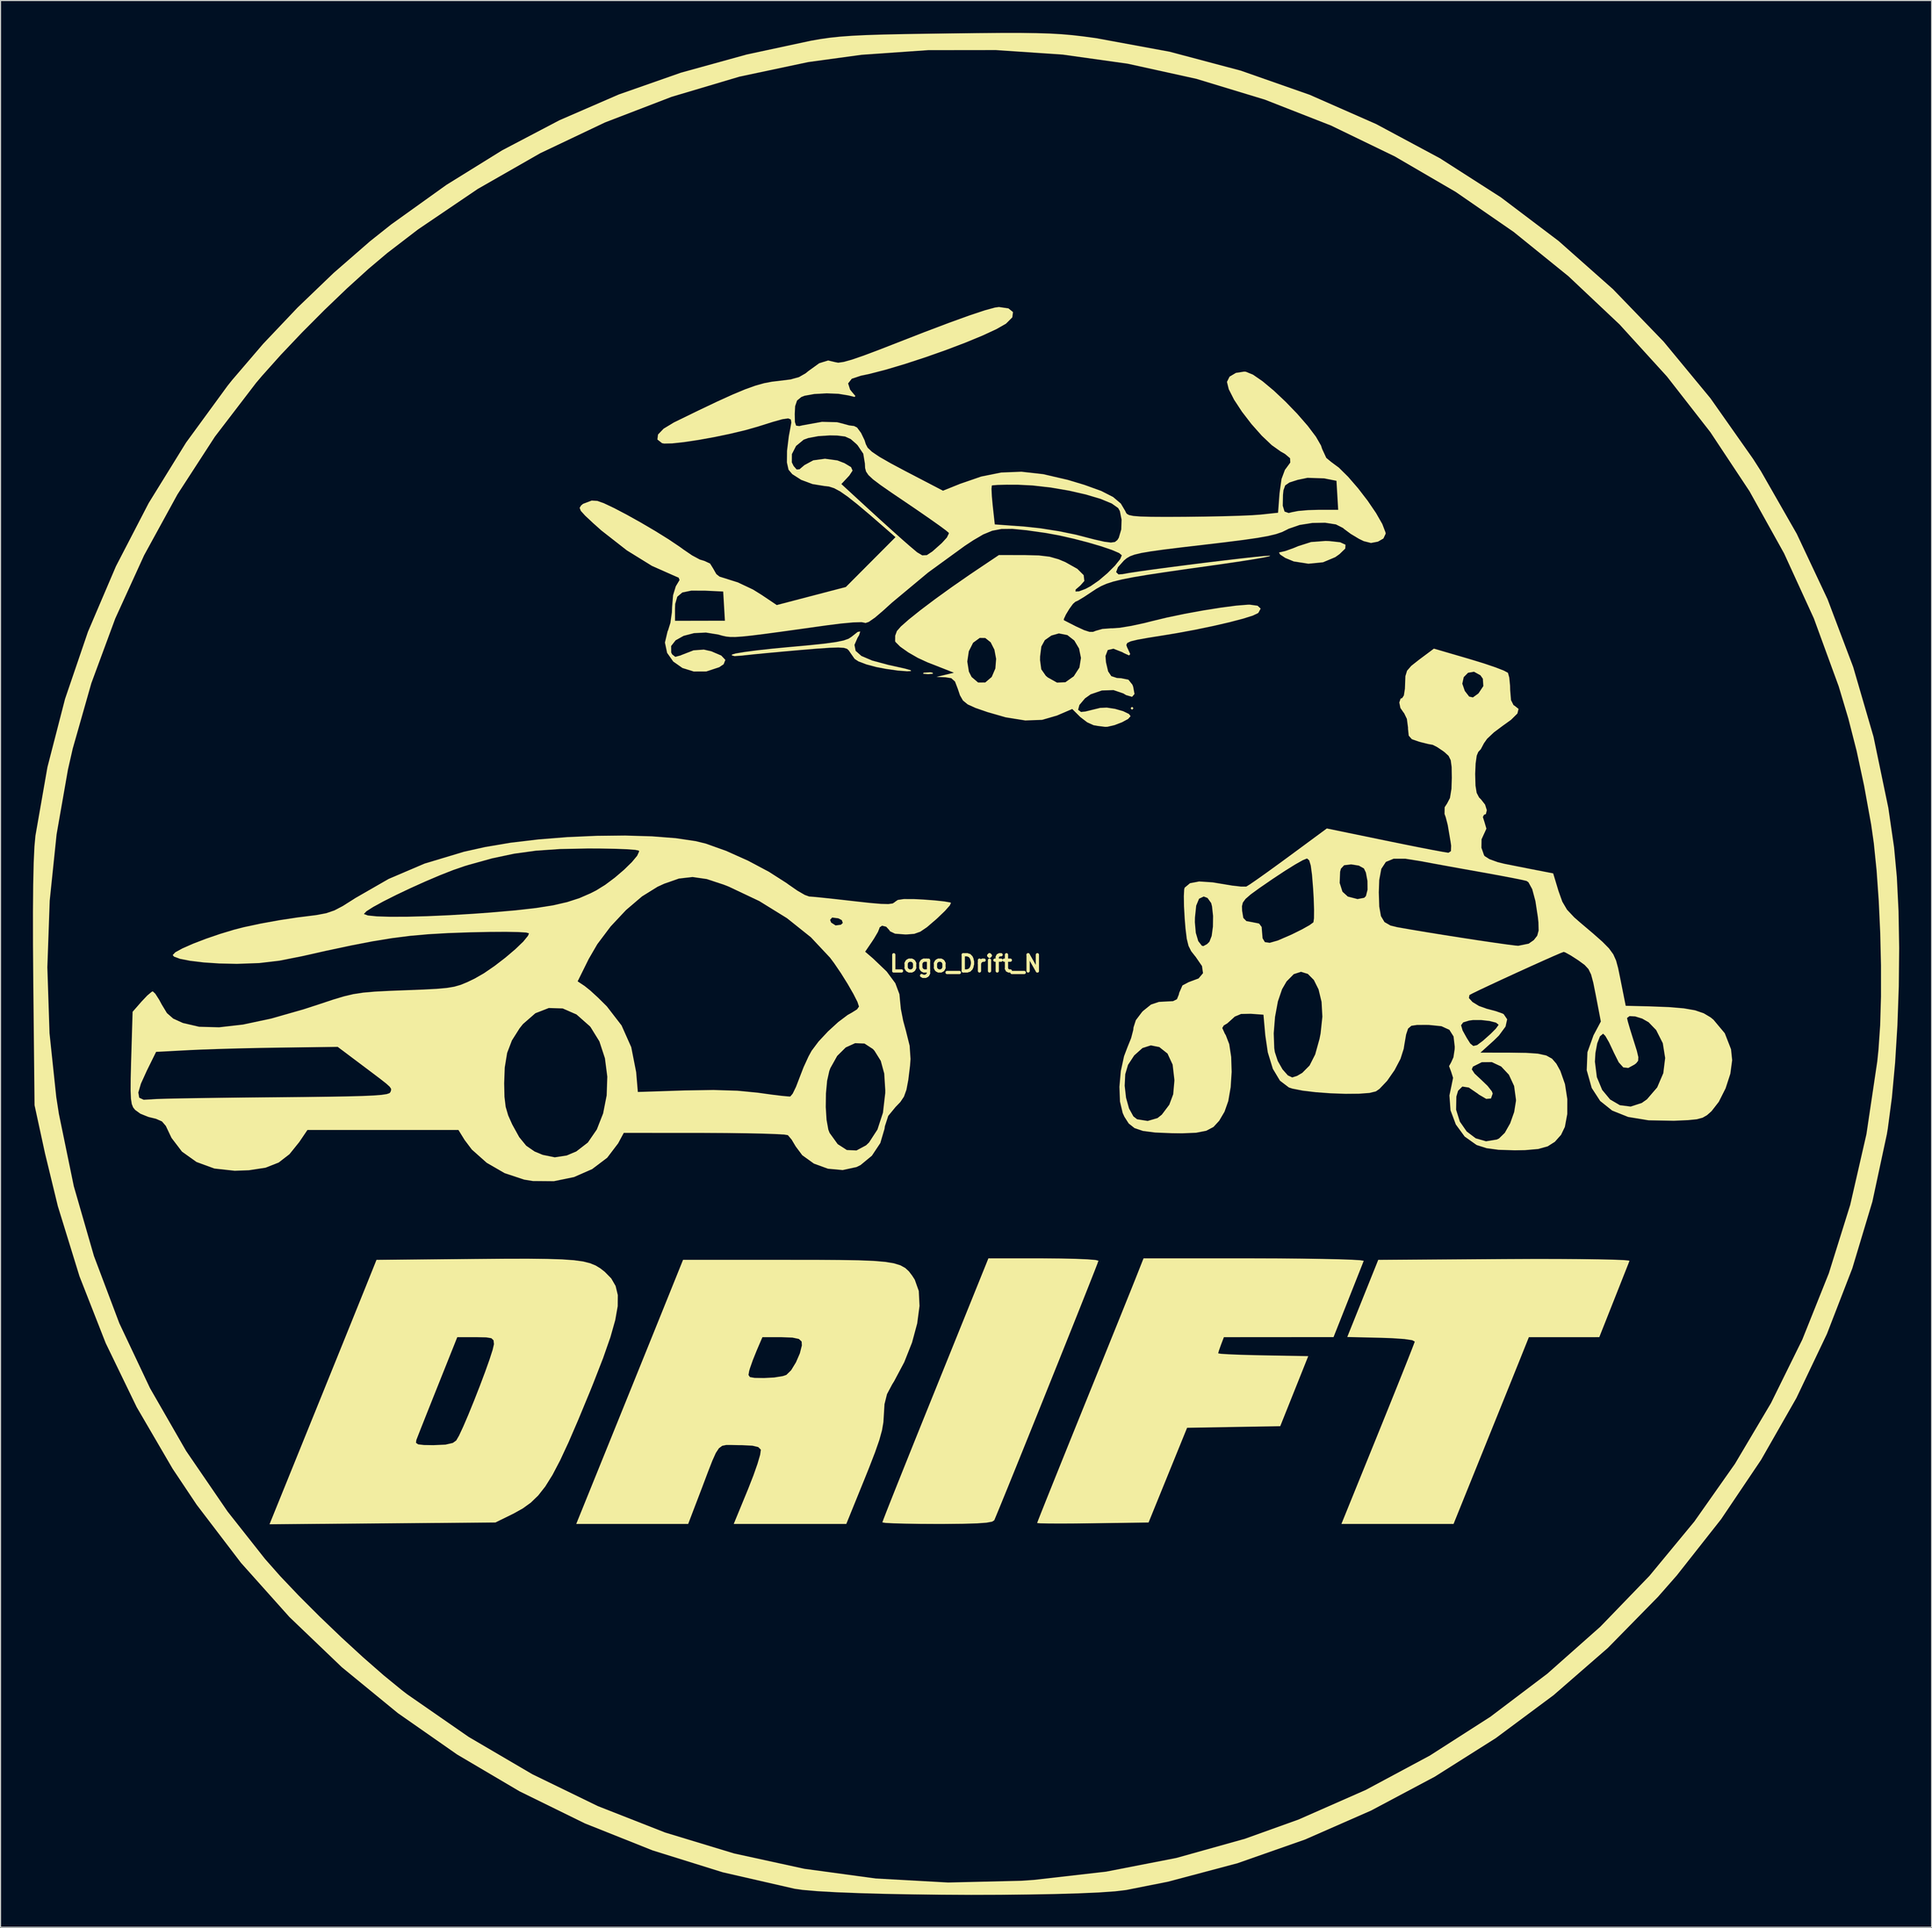
<source format=kicad_pcb>
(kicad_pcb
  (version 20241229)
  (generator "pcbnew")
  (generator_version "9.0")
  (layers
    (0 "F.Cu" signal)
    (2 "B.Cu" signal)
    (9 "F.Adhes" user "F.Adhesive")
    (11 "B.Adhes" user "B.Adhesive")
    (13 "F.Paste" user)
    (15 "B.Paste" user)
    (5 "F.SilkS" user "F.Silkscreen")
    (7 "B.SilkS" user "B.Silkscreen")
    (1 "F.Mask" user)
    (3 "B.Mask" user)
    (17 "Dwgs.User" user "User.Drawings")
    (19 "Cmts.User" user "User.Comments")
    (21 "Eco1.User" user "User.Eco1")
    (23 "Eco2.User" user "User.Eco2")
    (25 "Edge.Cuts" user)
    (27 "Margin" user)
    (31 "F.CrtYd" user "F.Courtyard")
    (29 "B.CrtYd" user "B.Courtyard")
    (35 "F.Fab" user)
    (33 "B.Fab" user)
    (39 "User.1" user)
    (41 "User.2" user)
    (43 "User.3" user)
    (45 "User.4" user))
  (footprint "Logo_Drift_N"
    (layer "F.Cu")
    (at 86.294 86.173)
    (property "Reference" "Logo_Drift_N" (at 0 0 0) (layer "F.SilkS") (effects (font (size 1.5 1.5) (thickness 0.3))))
    (attr board_only exclude_from_pos_files exclude_from_bom)
    (fp_poly (pts (xy 15.537 -23.644) (xy 15.402 -23.509) (xy 15.267 -23.644) (xy 15.402 -23.779)) (stroke (width 0) (type solid)) (fill yes) (layer "F.SilkS"))
    (fp_poly (pts (xy -3.035 -26.928) (xy -3.026 -26.84) (xy -3.449 -26.803) (xy -3.513 -26.804) (xy -3.932 -26.843) (xy -3.892 -26.925) (xy -3.845 -26.938) (xy -3.257 -26.978)) (stroke (width 0) (type solid)) (fill yes) (layer "F.SilkS"))
    (fp_poly (pts (xy 33.642 -39.124) (xy 34.66 -39.012) (xy 35.153 -38.787) (xy 35.129 -38.427) (xy 34.596 -37.913) (xy 34.208 -37.637) (xy 33.07 -37.159) (xy 31.72 -37.026) (xy 30.363 -37.239) (xy 29.588 -37.56) (xy 29.104 -37.877) (xy 28.998 -38.066) (xy 29.081 -38.089) (xy 29.575 -38.2) (xy 30.336 -38.471) (xy 30.765 -38.651) (xy 31.964 -39.035) (xy 33.301 -39.135)) (stroke (width 0) (type solid)) (fill yes) (layer "F.SilkS"))
    (fp_poly (pts (xy 54.743 27.347) (xy 56.807 27.359) (xy 58.551 27.38) (xy 59.927 27.411) (xy 60.884 27.45) (xy 61.374 27.497) (xy 61.429 27.523) (xy 61.301 27.85) (xy 61.013 28.579) (xy 60.605 29.611) (xy 60.117 30.846) (xy 59.987 31.173) (xy 58.636 34.586) (xy 55.378 34.587) (xy 52.12 34.587) (xy 51.444 36.276) (xy 51.162 36.98) (xy 50.711 38.099) (xy 50.128 39.548) (xy 49.446 41.239) (xy 48.7 43.088) (xy 47.96 44.923) (xy 45.151 51.881) (xy 39.963 51.881) (xy 34.775 51.881) (xy 38.144 43.572) (xy 38.952 41.574) (xy 39.693 39.733) (xy 40.344 38.109) (xy 40.88 36.763) (xy 41.276 35.755) (xy 41.51 35.147) (xy 41.563 34.993) (xy 41.328 34.868) (xy 40.617 34.762) (xy 39.494 34.683) (xy 38.464 34.646) (xy 35.316 34.571) (xy 36.749 30.999) (xy 38.183 27.427) (xy 49.852 27.356) (xy 52.408 27.346)) (stroke (width 0) (type solid)) (fill yes) (layer "F.SilkS"))
    (fp_poly (pts (xy -9.851 -30.41) (xy -9.998 -30.167) (xy -10.282 -29.512) (xy -10.174 -28.961) (xy -9.639 -28.486) (xy -8.643 -28.062) (xy -7.151 -27.66) (xy -6.639 -27.548) (xy -5.604 -27.317) (xy -5.08 -27.166) (xy -5.044 -27.086) (xy -5.404 -27.067) (xy -6.259 -27.132) (xy -7.365 -27.289) (xy -8.241 -27.456) (xy -9.183 -27.706) (xy -9.917 -27.986) (xy -10.268 -28.217) (xy -10.668 -28.791) (xy -10.809 -28.998) (xy -10.969 -29.147) (xy -11.263 -29.237) (xy -11.774 -29.27) (xy -12.582 -29.244) (xy -13.772 -29.162) (xy -15.267 -29.038) (xy -16.823 -28.9) (xy -18.287 -28.765) (xy -19.528 -28.644) (xy -20.417 -28.55) (xy -20.66 -28.521) (xy -21.375 -28.47) (xy -21.643 -28.547) (xy -21.606 -28.619) (xy -21.267 -28.72) (xy -20.477 -28.852) (xy -19.324 -29.003) (xy -17.898 -29.161) (xy -16.286 -29.315) (xy -16.213 -29.321) (xy -14.361 -29.491) (xy -12.973 -29.639) (xy -11.972 -29.778) (xy -11.284 -29.921) (xy -10.832 -30.081) (xy -10.541 -30.27) (xy -10.521 -30.288) (xy -9.983 -30.715) (xy -9.746 -30.753)) (stroke (width 0) (type solid)) (fill yes) (layer "F.SilkS"))
    (fp_poly (pts (xy 8.794 27.303) (xy 10.182 27.333) (xy 11.284 27.38) (xy 12.016 27.439) (xy 12.294 27.508) (xy 12.295 27.511) (xy 12.197 27.782) (xy 11.921 28.494) (xy 11.49 29.589) (xy 10.928 31.007) (xy 10.259 32.689) (xy 9.506 34.575) (xy 8.693 36.606) (xy 7.844 38.722) (xy 6.984 40.866) (xy 6.135 42.976) (xy 5.321 44.994) (xy 4.567 46.86) (xy 3.896 48.515) (xy 3.332 49.9) (xy 2.898 50.955) (xy 2.653 51.543) (xy 2.453 51.669) (xy 1.941 51.763) (xy 1.064 51.827) (xy -0.232 51.865) (xy -1.999 51.88) (xy -2.596 51.881) (xy -4.19 51.874) (xy -5.581 51.853) (xy -6.685 51.822) (xy -7.419 51.783) (xy -7.7 51.737) (xy -7.701 51.735) (xy -7.603 51.462) (xy -7.323 50.739) (xy -6.88 49.617) (xy -6.296 48.149) (xy -5.59 46.384) (xy -4.784 44.374) (xy -3.897 42.17) (xy -3.204 40.453) (xy -2.254 38.1) (xy -1.353 35.87) (xy -0.526 33.821) (xy 0.206 32.009) (xy 0.819 30.49) (xy 1.291 29.321) (xy 1.598 28.559) (xy 1.701 28.305) (xy 2.109 27.291) (xy 7.202 27.291)) (stroke (width 0) (type solid)) (fill yes) (layer "F.SilkS"))
    (fp_poly (pts (xy 28.984 27.297) (xy 31.088 27.314) (xy 32.952 27.34) (xy 34.516 27.375) (xy 35.724 27.416) (xy 36.516 27.463) (xy 36.836 27.514) (xy 36.839 27.522) (xy 36.711 27.846) (xy 36.424 28.573) (xy 36.016 29.603) (xy 35.528 30.837) (xy 35.398 31.167) (xy 34.047 34.581) (xy 28.974 34.584) (xy 23.9 34.587) (xy 23.637 35.28) (xy 23.443 35.826) (xy 23.373 36.084) (xy 23.628 36.127) (xy 24.331 36.172) (xy 25.391 36.215) (xy 26.714 36.252) (xy 27.54 36.269) (xy 31.706 36.344) (xy 30.411 39.586) (xy 29.115 42.829) (xy 24.805 42.903) (xy 20.496 42.977) (xy 18.714 47.361) (xy 16.932 51.746) (xy 11.776 51.819) (xy 10.174 51.837) (xy 8.775 51.843) (xy 7.661 51.838) (xy 6.916 51.823) (xy 6.622 51.797) (xy 6.62 51.794) (xy 6.718 51.531) (xy 6.998 50.82) (xy 7.439 49.713) (xy 8.02 48.264) (xy 8.719 46.524) (xy 9.515 44.548) (xy 10.388 42.387) (xy 10.82 41.318) (xy 11.756 39.005) (xy 12.655 36.782) (xy 13.49 34.713) (xy 14.237 32.863) (xy 14.867 31.297) (xy 15.357 30.081) (xy 15.678 29.279) (xy 15.743 29.115) (xy 16.465 27.291) (xy 26.697 27.291)) (stroke (width 0) (type solid)) (fill yes) (layer "F.SilkS"))
    (fp_poly (pts (xy -38.725 27.34) (xy -37.324 27.385) (xy -36.232 27.463) (xy -35.391 27.579) (xy -34.742 27.741) (xy -34.228 27.952) (xy -33.79 28.22) (xy -33.389 28.534) (xy -32.787 29.147) (xy -32.382 29.846) (xy -32.18 30.685) (xy -32.189 31.72) (xy -32.415 33.004) (xy -32.864 34.591) (xy -33.544 36.535) (xy -34.461 38.891) (xy -34.765 39.643) (xy -35.819 42.193) (xy -36.724 44.291) (xy -37.514 45.991) (xy -38.225 47.347) (xy -38.892 48.416) (xy -39.549 49.252) (xy -40.231 49.91) (xy -40.974 50.446) (xy -41.812 50.914) (xy -41.957 50.986) (xy -43.504 51.746) (xy -53.955 51.828) (xy -64.406 51.91) (xy -61.351 44.367) (xy -50.855 44.367) (xy -50.655 44.51) (xy -50.115 44.572) (xy -49.241 44.585) (xy -48.129 44.537) (xy -47.445 44.379) (xy -47.129 44.152) (xy -46.872 43.706) (xy -46.481 42.868) (xy -46.001 41.747) (xy -45.475 40.454) (xy -44.944 39.098) (xy -44.452 37.789) (xy -44.043 36.637) (xy -43.758 35.751) (xy -43.64 35.241) (xy -43.639 35.218) (xy -43.678 34.874) (xy -43.876 34.685) (xy -44.357 34.605) (xy -45.246 34.587) (xy -45.336 34.587) (xy -47.033 34.587) (xy -48.84 39.113) (xy -49.433 40.599) (xy -49.964 41.934) (xy -50.397 43.027) (xy -50.696 43.789) (xy -50.821 44.112) (xy -50.855 44.367) (xy -61.351 44.367) (xy -60.488 42.235) (xy -59.565 39.958) (xy -58.665 37.732) (xy -57.815 35.633) (xy -57.048 33.735) (xy -56.393 32.113) (xy -55.88 30.842) (xy -55.539 29.997) (xy -55.538 29.994) (xy -54.507 27.427) (xy -45.358 27.346) (xy -42.684 27.327) (xy -40.492 27.323)) (stroke (width 0) (type solid)) (fill yes) (layer "F.SilkS"))
    (fp_poly (pts (xy -13.894 27.428) (xy -11.69 27.44) (xy -9.917 27.469) (xy -8.519 27.524) (xy -7.441 27.615) (xy -6.63 27.748) (xy -6.03 27.934) (xy -5.585 28.18) (xy -5.242 28.495) (xy -4.945 28.887) (xy -4.702 29.264) (xy -4.33 30.31) (xy -4.262 31.693) (xy -4.477 33.317) (xy -4.955 35.086) (xy -5.675 36.904) (xy -6.616 38.675) (xy -6.792 38.957) (xy -7.271 39.861) (xy -7.502 40.785) (xy -7.561 41.748) (xy -7.605 42.464) (xy -7.735 43.22) (xy -7.983 44.116) (xy -8.379 45.253) (xy -8.951 46.732) (xy -9.31 47.625) (xy -11.037 51.881) (xy -16.245 51.881) (xy -21.453 51.881) (xy -20.122 48.644) (xy -19.634 47.396) (xy -19.251 46.305) (xy -19.009 45.478) (xy -18.943 45.024) (xy -18.95 44.997) (xy -19.181 44.765) (xy -19.719 44.635) (xy -20.667 44.587) (xy -20.984 44.585) (xy -21.654 44.57) (xy -22.149 44.569) (xy -22.521 44.647) (xy -22.823 44.871) (xy -23.109 45.307) (xy -23.431 46.022) (xy -23.843 47.08) (xy -24.396 48.548) (xy -24.611 49.111) (xy -25.669 51.881) (xy -30.848 51.881) (xy -36.026 51.881) (xy -32.827 43.977) (xy -31.935 41.771) (xy -31.013 39.493) (xy -30.445 38.087) (xy -20.088 38.087) (xy -19.957 38.281) (xy -19.519 38.357) (xy -18.657 38.37) (xy -18.656 38.37) (xy -17.705 38.32) (xy -16.909 38.192) (xy -16.583 38.081) (xy -16.142 37.649) (xy -15.696 36.919) (xy -15.335 36.088) (xy -15.148 35.352) (xy -15.17 34.991) (xy -15.424 34.753) (xy -16.019 34.626) (xy -17.054 34.587) (xy -17.062 34.587) (xy -18.799 34.587) (xy -19.331 35.828) (xy -19.683 36.703) (xy -19.955 37.476) (xy -20.026 37.72) (xy -20.088 38.087) (xy -30.445 38.087) (xy -30.108 37.253) (xy -29.264 35.165) (xy -28.527 33.34) (xy -27.942 31.89) (xy -27.886 31.75) (xy -26.143 27.427) (xy -16.584 27.427)) (stroke (width 0) (type solid)) (fill yes) (layer "F.SilkS"))
    (fp_poly (pts (xy 6.53 -86.155) (xy 7.772 -86.118) (xy 8.854 -86.057) (xy 9.852 -85.971) (xy 10.843 -85.857) (xy 11.902 -85.713) (xy 12.115 -85.682) (xy 18.879 -84.434) (xy 25.462 -82.683) (xy 31.841 -80.445) (xy 37.993 -77.734) (xy 43.898 -74.565) (xy 49.532 -70.951) (xy 54.874 -66.908) (xy 59.901 -62.449) (xy 64.591 -57.589) (xy 68.923 -52.343) (xy 72.874 -46.724) (xy 73.593 -45.596) (xy 76.908 -39.795) (xy 79.759 -33.737) (xy 82.131 -27.46) (xy 84.01 -21.007) (xy 85.381 -14.419) (xy 85.912 -10.764) (xy 86.168 -8.019) (xy 86.325 -4.871) (xy 86.383 -1.449) (xy 86.348 2.118) (xy 86.222 5.702) (xy 86.008 9.175) (xy 85.71 12.408) (xy 85.331 15.274) (xy 85.242 15.807) (xy 83.904 22.039) (xy 82.048 28.215) (xy 79.698 34.29) (xy 76.876 40.217) (xy 73.604 45.95) (xy 69.906 51.444) (xy 65.805 56.651) (xy 64.063 58.636) (xy 59.423 63.367) (xy 54.408 67.733) (xy 49.059 71.712) (xy 43.416 75.281) (xy 37.522 78.417) (xy 31.417 81.098) (xy 25.142 83.301) (xy 18.738 85.004) (xy 14.862 85.774) (xy 13.837 85.897) (xy 12.349 86.001) (xy 10.472 86.084) (xy 8.277 86.148) (xy 5.838 86.192) (xy 3.228 86.217) (xy 0.518 86.224) (xy -2.216 86.211) (xy -4.904 86.181) (xy -7.472 86.133) (xy -9.847 86.066) (xy -11.956 85.983) (xy -13.727 85.882) (xy -15.087 85.764) (xy -15.807 85.662) (xy -22.474 84.133) (xy -28.956 82.109) (xy -35.228 79.606) (xy -41.265 76.64) (xy -47.042 73.231) (xy -52.534 69.393) (xy -57.715 65.144) (xy -62.561 60.502) (xy -67.046 55.482) (xy -71.146 50.103) (xy -73.374 46.766) (xy -76.698 41.062) (xy -79.566 35.134) (xy -81.992 28.943) (xy -83.993 22.454) (xy -85.18 17.564) (xy -86.148 13.105) (xy -86.264 1.806) (xy -86.275 0.344) (xy -84.963 0.344) (xy -84.762 6.443) (xy -84.138 12.353) (xy -83.894 13.916) (xy -82.514 20.612) (xy -80.652 27.07) (xy -78.303 33.299) (xy -75.462 39.312) (xy -72.124 45.12) (xy -68.284 50.733) (xy -64.82 55.123) (xy -63.416 56.713) (xy -61.702 58.518) (xy -59.783 60.439) (xy -57.763 62.376) (xy -55.746 64.23) (xy -53.837 65.901) (xy -52.139 67.29) (xy -51.666 67.653) (xy -45.976 71.601) (xy -40.089 75.054) (xy -34.023 78.007) (xy -27.795 80.453) (xy -21.423 82.389) (xy -14.924 83.809) (xy -8.316 84.708) (xy -1.616 85.08) (xy 5.158 84.92) (xy 6.333 84.839) (xy 13.012 84.074) (xy 19.502 82.808) (xy 25.839 81.034) (xy 30.804 79.251) (xy 37.032 76.507) (xy 42.955 73.329) (xy 48.557 69.736) (xy 53.822 65.751) (xy 58.733 61.395) (xy 63.275 56.69) (xy 67.431 51.657) (xy 71.185 46.319) (xy 74.52 40.695) (xy 77.421 34.809) (xy 79.872 28.681) (xy 81.855 22.334) (xy 83.355 15.788) (xy 84.356 9.065) (xy 84.469 7.971) (xy 84.625 5.703) (xy 84.701 3.055) (xy 84.701 0.163) (xy 84.631 -2.84) (xy 84.493 -5.817) (xy 84.294 -8.636) (xy 84.036 -11.16) (xy 83.788 -12.899) (xy 83.135 -16.491) (xy 82.445 -19.703) (xy 81.68 -22.695) (xy 80.803 -25.627) (xy 80.782 -25.691) (xy 78.489 -31.966) (xy 75.731 -37.991) (xy 72.531 -43.745) (xy 68.912 -49.209) (xy 64.897 -54.362) (xy 60.511 -59.183) (xy 55.775 -63.652) (xy 50.715 -67.748) (xy 45.353 -71.452) (xy 39.712 -74.741) (xy 33.817 -77.597) (xy 27.689 -79.998) (xy 21.354 -81.924) (xy 14.997 -83.325) (xy 8.999 -84.167) (xy 2.803 -84.586) (xy -3.452 -84.58) (xy -9.628 -84.15) (xy -14.564 -83.474) (xy -20.923 -82.125) (xy -27.203 -80.256) (xy -33.361 -77.887) (xy -39.353 -75.038) (xy -45.137 -71.728) (xy -50.669 -67.976) (xy -53.507 -65.798) (xy -55.264 -64.314) (xy -57.242 -62.517) (xy -59.326 -60.518) (xy -61.404 -58.43) (xy -63.363 -56.364) (xy -65.09 -54.432) (xy -65.645 -53.777) (xy -69.458 -48.793) (xy -72.925 -43.444) (xy -76.011 -37.807) (xy -78.679 -31.955) (xy -80.892 -25.964) (xy -82.614 -19.909) (xy -83.056 -17.969) (xy -84.107 -11.974) (xy -84.744 -5.832) (xy -84.963 0.344) (xy -86.275 0.344) (xy -86.291 -1.758) (xy -86.294 -4.794) (xy -86.273 -7.31) (xy -86.228 -9.319) (xy -86.159 -10.829) (xy -86.067 -11.834) (xy -84.955 -18.192) (xy -83.326 -24.507) (xy -81.206 -30.726) (xy -78.617 -36.791) (xy -75.585 -42.647) (xy -72.132 -48.238) (xy -68.284 -53.509) (xy -67.857 -54.043) (xy -64.99 -57.392) (xy -61.815 -60.741) (xy -58.473 -63.951) (xy -55.107 -66.883) (xy -53.148 -68.441) (xy -48.039 -72.103) (xy -42.871 -75.31) (xy -37.576 -78.091) (xy -32.085 -80.476) (xy -26.33 -82.495) (xy -20.242 -84.178) (xy -14.321 -85.45) (xy -13.449 -85.603) (xy -12.572 -85.728) (xy -11.619 -85.829) (xy -10.519 -85.91) (xy -9.204 -85.975) (xy -7.601 -86.026) (xy -5.642 -86.068) (xy -3.256 -86.105) (xy -1.555 -86.127) (xy 1.086 -86.156) (xy 3.264 -86.172) (xy 5.053 -86.173)) (stroke (width 0) (type solid)) (fill yes) (layer "F.SilkS"))
    (fp_poly (pts (xy -29.012 -11.785) (xy -26.813 -11.614) (xy -24.983 -11.343) (xy -24.049 -11.115) (xy -22.153 -10.438) (xy -20.132 -9.532) (xy -18.196 -8.502) (xy -16.554 -7.451) (xy -16.367 -7.313) (xy -15.56 -6.754) (xy -14.876 -6.358) (xy -14.475 -6.215) (xy -14.06 -6.184) (xy -13.222 -6.102) (xy -12.073 -5.979) (xy -10.727 -5.827) (xy -10.403 -5.789) (xy -8.892 -5.623) (xy -7.834 -5.532) (xy -7.145 -5.515) (xy -6.742 -5.572) (xy -6.544 -5.701) (xy -6.529 -5.722) (xy -6.271 -5.897) (xy -5.716 -5.979) (xy -4.775 -5.977) (xy -3.905 -5.933) (xy -2.819 -5.85) (xy -1.951 -5.755) (xy -1.432 -5.663) (xy -1.349 -5.628) (xy -1.46 -5.388) (xy -1.895 -4.895) (xy -2.568 -4.245) (xy -2.744 -4.086) (xy -3.578 -3.371) (xy -4.19 -2.956) (xy -4.745 -2.759) (xy -5.407 -2.704) (xy -5.602 -2.702) (xy -6.529 -2.773) (xy -6.998 -2.999) (xy -7.063 -3.107) (xy -7.347 -3.418) (xy -7.729 -3.513) (xy -7.963 -3.346) (xy -7.971 -3.28) (xy -8.112 -2.931) (xy -8.464 -2.33) (xy -8.631 -2.075) (xy -9.291 -1.103) (xy -8.564 -0.478) (xy -7.299 0.733) (xy -6.499 1.816) (xy -6.12 2.835) (xy -6.076 3.32) (xy -5.99 4.194) (xy -5.77 5.306) (xy -5.524 6.209) (xy -5.176 7.601) (xy -5.094 8.83) (xy -5.139 9.452) (xy -5.3 10.767) (xy -5.473 11.677) (xy -5.702 12.316) (xy -6.037 12.816) (xy -6.474 13.268) (xy -7.156 14.099) (xy -7.469 15.062) (xy -7.501 15.295) (xy -7.888 16.61) (xy -8.668 17.785) (xy -9.719 18.652) (xy -10.093 18.837) (xy -11.373 19.114) (xy -12.738 18.989) (xy -14.036 18.515) (xy -15.111 17.742) (xy -15.717 16.93) (xy -16.093 16.299) (xy -16.427 15.899) (xy -16.453 15.879) (xy -16.793 15.827) (xy -17.6 15.78) (xy -18.803 15.739) (xy -20.327 15.707) (xy -22.101 15.686) (xy -24.052 15.677) (xy -24.19 15.676) (xy -31.627 15.672) (xy -32.148 16.64) (xy -33.159 17.972) (xy -34.553 19.026) (xy -36.231 19.763) (xy -38.091 20.145) (xy -40.032 20.132) (xy -40.844 20) (xy -42.648 19.401) (xy -44.31 18.441) (xy -45.685 17.217) (xy -46.349 16.336) (xy -46.926 15.402) (xy -53.912 15.402) (xy -60.897 15.402) (xy -61.658 16.526) (xy -62.557 17.643) (xy -63.558 18.417) (xy -64.774 18.897) (xy -66.317 19.132) (xy -67.629 19.179) (xy -69.507 18.973) (xy -71.158 18.369) (xy -72.505 17.409) (xy -73.473 16.138) (xy -73.649 15.77) (xy -74 15.027) (xy -74.359 14.61) (xy -74.915 14.367) (xy -75.599 14.202) (xy -76.35 13.899) (xy -76.84 13.546) (xy -77.024 13.316) (xy -77.151 12.998) (xy -77.227 12.504) (xy -77.25 11.933) (xy -76.545 11.933) (xy -76.464 12.412) (xy -76.051 12.605) (xy -75.295 12.565) (xy -75.254 12.559) (xy -74.84 12.534) (xy -73.949 12.507) (xy -72.642 12.479) (xy -70.983 12.451) (xy -69.035 12.424) (xy -66.861 12.4) (xy -64.522 12.379) (xy -63.976 12.375) (xy -61.242 12.351) (xy -59.002 12.325) (xy -57.209 12.294) (xy -55.816 12.257) (xy -54.777 12.21) (xy -54.045 12.153) (xy -53.572 12.083) (xy -53.314 11.998) (xy -53.227 11.912) (xy -53.159 11.739) (xy -53.157 11.588) (xy -53.287 11.396) (xy -53.614 11.1) (xy -53.641 11.079) (xy -42.694 11.079) (xy -42.666 12.334) (xy -42.555 13.258) (xy -42.321 14.058) (xy -41.952 14.886) (xy -41.3 16.069) (xy -40.654 16.861) (xy -39.88 17.394) (xy -39.131 17.706) (xy -38.011 17.934) (xy -36.907 17.765) (xy -36.02 17.391) (xy -34.954 16.569) (xy -34.123 15.36) (xy -33.538 13.87) (xy -33.423 13.285) (xy -12.938 13.285) (xy -12.864 14.464) (xy -12.699 15.375) (xy -12.584 15.672) (xy -11.836 16.711) (xy -10.989 17.258) (xy -10.095 17.299) (xy -9.207 16.823) (xy -8.933 16.559) (xy -8.156 15.365) (xy -7.644 13.8) (xy -7.434 11.982) (xy -7.431 11.724) (xy -7.528 10.176) (xy -7.847 9.004) (xy -8.427 8.072) (xy -8.577 7.904) (xy -9.355 7.399) (xy -10.22 7.365) (xy -11.089 7.761) (xy -11.88 8.545) (xy -12.511 9.676) (xy -12.61 9.94) (xy -12.812 10.845) (xy -12.921 12.02) (xy -12.938 13.285) (xy -33.423 13.285) (xy -33.21 12.203) (xy -33.151 10.466) (xy -33.371 8.763) (xy -33.883 7.2) (xy -34.696 5.883) (xy -34.774 5.792) (xy -35.999 4.709) (xy -37.279 4.149) (xy -38.565 4.111) (xy -39.806 4.593) (xy -40.954 5.595) (xy -41.268 5.989) (xy -41.978 7.114) (xy -42.419 8.268) (xy -42.641 9.625) (xy -42.694 11.079) (xy -53.641 11.079) (xy -54.203 10.638) (xy -55.119 9.946) (xy -55.799 9.435) (xy -58.096 7.708) (xy -63.365 7.775) (xy -65.273 7.806) (xy -67.251 7.85) (xy -69.138 7.903) (xy -70.772 7.961) (xy -71.767 8.006) (xy -74.9 8.171) (xy -75.753 9.9) (xy -76.305 11.114) (xy -76.545 11.933) (xy -77.25 11.933) (xy -77.258 11.749) (xy -77.251 10.644) (xy -77.213 9.103) (xy -77.202 8.757) (xy -77.074 4.459) (xy -76.248 3.513) (xy -75.715 2.95) (xy -75.312 2.612) (xy -75.208 2.567) (xy -74.974 2.787) (xy -74.613 3.35) (xy -74.381 3.781) (xy -73.897 4.581) (xy -73.32 5.088) (xy -72.431 5.493) (xy -72.417 5.498) (xy -70.919 5.846) (xy -69.071 5.895) (xy -66.854 5.642) (xy -64.247 5.086) (xy -61.227 4.223) (xy -59.717 3.73) (xy -58.502 3.326) (xy -57.525 3.032) (xy -56.652 2.826) (xy -55.75 2.687) (xy -54.685 2.593) (xy -53.324 2.522) (xy -51.875 2.466) (xy -50.19 2.401) (xy -48.938 2.336) (xy -48.013 2.253) (xy -47.306 2.135) (xy -46.711 1.963) (xy -46.121 1.72) (xy -45.956 1.641) (xy -35.895 1.641) (xy -35.241 2.078) (xy -34.728 2.489) (xy -34.001 3.156) (xy -33.215 3.936) (xy -33.186 3.966) (xy -31.83 5.726) (xy -30.935 7.736) (xy -30.482 10.037) (xy -30.468 10.197) (xy -30.325 11.883) (xy -25.971 11.741) (xy -23.326 11.7) (xy -21.116 11.768) (xy -19.245 11.948) (xy -19.05 11.975) (xy -17.915 12.133) (xy -16.977 12.247) (xy -16.367 12.302) (xy -16.218 12.302) (xy -15.998 12.04) (xy -15.69 11.406) (xy -15.398 10.645) (xy -14.991 9.592) (xy -14.53 8.587) (xy -14.243 8.064) (xy -13.605 7.213) (xy -12.734 6.28) (xy -11.785 5.411) (xy -10.914 4.755) (xy -10.538 4.544) (xy -10.041 4.233) (xy -9.863 3.975) (xy -10.005 3.545) (xy -10.383 2.8) (xy -10.919 1.867) (xy -11.54 0.874) (xy -12.169 -0.051) (xy -12.543 -0.552) (xy -14.314 -2.44) (xy -16.334 -4.054) (xy -12.537 -4.054) (xy -12.441 -3.801) (xy -12.03 -3.537) (xy -11.539 -3.6) (xy -11.361 -3.764) (xy -11.453 -4.027) (xy -11.771 -4.194) (xy -12.344 -4.269) (xy -12.537 -4.054) (xy -16.334 -4.054) (xy -16.526 -4.207) (xy -19.085 -5.79) (xy -21.895 -7.121) (xy -22.386 -7.315) (xy -23.951 -7.83) (xy -25.267 -8.02) (xy -26.52 -7.877) (xy -27.894 -7.396) (xy -28.507 -7.114) (xy -29.937 -6.225) (xy -31.423 -4.957) (xy -32.844 -3.439) (xy -34.076 -1.8) (xy -34.868 -0.436) (xy -35.895 1.641) (xy -45.956 1.641) (xy -45.428 1.387) (xy -45.422 1.384) (xy -44.56 0.889) (xy -43.579 0.215) (xy -42.581 -0.553) (xy -41.665 -1.331) (xy -40.933 -2.034) (xy -40.487 -2.579) (xy -40.397 -2.807) (xy -40.656 -2.878) (xy -41.388 -2.924) (xy -42.529 -2.944) (xy -44.01 -2.937) (xy -45.767 -2.9) (xy -45.869 -2.898) (xy -47.892 -2.827) (xy -49.693 -2.723) (xy -51.381 -2.573) (xy -53.065 -2.359) (xy -54.855 -2.067) (xy -56.859 -1.68) (xy -59.186 -1.184) (xy -61.425 -0.681) (xy -63.479 -0.274) (xy -65.357 -0.052) (xy -67.374 0.02) (xy -67.505 0.02) (xy -69.052 -0.014) (xy -70.493 -0.11) (xy -71.734 -0.258) (xy -72.683 -0.442) (xy -73.247 -0.651) (xy -73.363 -0.797) (xy -73.12 -1.051) (xy -72.459 -1.413) (xy -71.481 -1.843) (xy -70.287 -2.302) (xy -68.981 -2.75) (xy -67.662 -3.148) (xy -66.78 -3.375) (xy -65.218 -3.708) (xy -63.457 -4.027) (xy -61.806 -4.277) (xy -61.341 -4.334) (xy -60.073 -4.494) (xy -59.483 -4.606) (xy -55.666 -4.606) (xy -55.661 -4.588) (xy -55.308 -4.459) (xy -54.482 -4.375) (xy -53.247 -4.337) (xy -51.669 -4.342) (xy -49.812 -4.391) (xy -47.742 -4.483) (xy -45.522 -4.617) (xy -44.045 -4.725) (xy -41.666 -4.931) (xy -39.737 -5.149) (xy -38.165 -5.398) (xy -36.859 -5.698) (xy -35.727 -6.066) (xy -34.679 -6.523) (xy -34.179 -6.779) (xy -33.344 -7.296) (xy -32.456 -7.961) (xy -31.606 -8.688) (xy -30.886 -9.391) (xy -30.389 -9.985) (xy -30.206 -10.384) (xy -30.236 -10.465) (xy -30.564 -10.533) (xy -31.338 -10.591) (xy -32.464 -10.634) (xy -33.848 -10.657) (xy -34.949 -10.661) (xy -37.529 -10.61) (xy -39.749 -10.457) (xy -41.786 -10.177) (xy -43.815 -9.745) (xy -46.012 -9.134) (xy -46.37 -9.025) (xy -47.412 -8.665) (xy -48.652 -8.177) (xy -50.004 -7.601) (xy -51.383 -6.979) (xy -52.702 -6.352) (xy -53.875 -5.76) (xy -54.818 -5.244) (xy -55.443 -4.846) (xy -55.666 -4.606) (xy -59.483 -4.606) (xy -59.156 -4.669) (xy -58.404 -4.926) (xy -57.629 -5.332) (xy -56.647 -5.952) (xy -56.477 -6.063) (xy -53.386 -7.841) (xy -50.062 -9.261) (xy -46.41 -10.36) (xy -44.45 -10.797) (xy -42.101 -11.194) (xy -39.531 -11.5) (xy -36.839 -11.714) (xy -34.123 -11.834) (xy -31.481 -11.858)) (stroke (width 0) (type solid)) (fill yes) (layer "F.SilkS"))
    (fp_poly (pts (xy 46.661 -28.193) (xy 47.931 -27.804) (xy 49.011 -27.439) (xy 49.793 -27.136) (xy 50.174 -26.934) (xy 50.188 -26.918) (xy 50.307 -26.483) (xy 50.38 -25.729) (xy 50.391 -25.324) (xy 50.468 -24.397) (xy 50.703 -23.932) (xy 50.8 -23.876) (xy 51.166 -23.584) (xy 51.058 -23.155) (xy 50.463 -22.569) (xy 49.703 -22.023) (xy 48.889 -21.415) (xy 48.255 -20.817) (xy 47.963 -20.402) (xy 47.67 -19.848) (xy 47.439 -19.601) (xy 47.296 -19.26) (xy 47.193 -18.534) (xy 47.152 -17.577) (xy 47.152 -17.545) (xy 47.181 -16.483) (xy 47.289 -15.812) (xy 47.512 -15.386) (xy 47.693 -15.204) (xy 48.068 -14.723) (xy 48.23 -14.209) (xy 48.143 -13.847) (xy 47.969 -13.781) (xy 47.863 -13.574) (xy 48.015 -13.098) (xy 48.191 -12.497) (xy 48.013 -12.102) (xy 48.009 -12.098) (xy 47.742 -11.511) (xy 47.73 -10.73) (xy 47.972 -10.035) (xy 48.03 -9.956) (xy 48.473 -9.673) (xy 49.249 -9.392) (xy 49.854 -9.243) (xy 51.047 -9.006) (xy 52.345 -8.75) (xy 52.855 -8.65) (xy 54.369 -8.355) (xy 54.865 -6.715) (xy 55.215 -5.735) (xy 55.651 -4.994) (xy 56.316 -4.285) (xy 56.845 -3.822) (xy 58.06 -2.792) (xy 58.933 -2.02) (xy 59.534 -1.41) (xy 59.93 -0.864) (xy 60.189 -0.287) (xy 60.38 0.417) (xy 60.57 1.344) (xy 60.597 1.479) (xy 61.081 3.904) (xy 63.236 3.956) (xy 65.072 4.025) (xy 66.464 4.142) (xy 67.508 4.326) (xy 68.3 4.598) (xy 68.935 4.977) (xy 69.202 5.195) (xy 70.25 6.45) (xy 70.827 7.929) (xy 70.931 8.94) (xy 70.763 10.192) (xy 70.321 11.553) (xy 69.692 12.8) (xy 69.021 13.663) (xy 68.607 14.03) (xy 68.197 14.267) (xy 67.658 14.41) (xy 66.858 14.491) (xy 65.663 14.544) (xy 65.529 14.549) (xy 63.199 14.508) (xy 61.31 14.199) (xy 59.828 13.606) (xy 58.716 12.717) (xy 57.938 11.517) (xy 57.933 11.505) (xy 57.474 9.87) (xy 57.505 9.078) (xy 58.231 9.078) (xy 58.411 10.511) (xy 58.904 11.695) (xy 59.638 12.579) (xy 60.541 13.109) (xy 61.54 13.235) (xy 62.565 12.903) (xy 63.042 12.568) (xy 63.994 11.46) (xy 64.558 10.143) (xy 64.731 8.738) (xy 64.511 7.366) (xy 63.896 6.148) (xy 63.199 5.428) (xy 62.609 5.091) (xy 61.962 4.89) (xy 61.434 4.86) (xy 61.204 5.034) (xy 61.203 5.047) (xy 61.281 5.378) (xy 61.485 6.076) (xy 61.773 7) (xy 61.805 7.1) (xy 62.109 8.068) (xy 62.249 8.655) (xy 62.231 8.994) (xy 62.058 9.218) (xy 61.889 9.348) (xy 61.316 9.662) (xy 60.857 9.608) (xy 60.433 9.137) (xy 59.962 8.196) (xy 59.923 8.106) (xy 59.533 7.278) (xy 59.195 6.694) (xy 58.991 6.485) (xy 58.698 6.732) (xy 58.446 7.376) (xy 58.278 8.275) (xy 58.231 9.078) (xy 57.505 9.078) (xy 57.539 8.203) (xy 58.1 6.638) (xy 58.78 5.36) (xy 58.313 2.924) (xy 58.081 1.766) (xy 57.876 1.004) (xy 57.632 0.502) (xy 57.28 0.124) (xy 56.753 -0.264) (xy 56.706 -0.297) (xy 56.014 -0.746) (xy 55.499 -1.032) (xy 55.345 -1.085) (xy 55.059 -0.978) (xy 54.382 -0.687) (xy 53.411 -0.256) (xy 52.245 0.27) (xy 50.98 0.846) (xy 49.716 1.428) (xy 48.549 1.971) (xy 47.577 2.429) (xy 46.9 2.759) (xy 46.621 2.909) (xy 46.572 3.187) (xy 46.906 3.556) (xy 47.502 3.92) (xy 48.237 4.183) (xy 48.261 4.188) (xy 49.062 4.401) (xy 49.661 4.612) (xy 49.787 4.677) (xy 50.112 5.154) (xy 49.962 5.827) (xy 49.349 6.66) (xy 48.883 7.117) (xy 47.641 8.241) (xy 50.301 8.244) (xy 51.85 8.262) (xy 52.959 8.337) (xy 53.731 8.506) (xy 54.266 8.803) (xy 54.666 9.267) (xy 55.031 9.929) (xy 55.462 11.157) (xy 55.677 12.544) (xy 55.674 13.921) (xy 55.452 15.117) (xy 55.097 15.855) (xy 54.524 16.497) (xy 53.859 16.92) (xy 52.98 17.164) (xy 51.763 17.27) (xy 50.8 17.284) (xy 49.312 17.238) (xy 48.209 17.089) (xy 47.344 16.816) (xy 47.261 16.779) (xy 46.179 16.012) (xy 45.361 14.893) (xy 44.869 13.574) (xy 44.866 13.527) (xy 45.388 13.527) (xy 45.735 14.631) (xy 46.366 15.54) (xy 47.2 16.174) (xy 48.155 16.451) (xy 49.146 16.29) (xy 49.355 16.191) (xy 49.893 15.667) (xy 50.389 14.789) (xy 50.76 13.741) (xy 50.927 12.709) (xy 50.929 12.606) (xy 50.755 11.331) (xy 50.27 10.283) (xy 49.556 9.525) (xy 48.694 9.118) (xy 47.765 9.127) (xy 46.944 9.537) (xy 46.84 9.788) (xy 47.096 10.18) (xy 47.687 10.732) (xy 48.302 11.323) (xy 48.696 11.827) (xy 48.773 12.03) (xy 48.614 12.487) (xy 48.173 12.522) (xy 47.506 12.133) (xy 47.396 12.044) (xy 46.563 11.474) (xy 45.964 11.382) (xy 45.572 11.77) (xy 45.41 12.312) (xy 45.388 13.527) (xy 44.866 13.527) (xy 44.77 12.205) (xy 44.95 11.348) (xy 45.108 10.575) (xy 44.921 9.988) (xy 44.735 9.493) (xy 44.93 9.14) (xy 45.14 8.674) (xy 45.254 7.923) (xy 45.261 7.689) (xy 45.15 6.741) (xy 44.765 6.129) (xy 44.03 5.794) (xy 43.148 5.705) (xy 45.847 5.705) (xy 45.988 6.187) (xy 46.373 6.882) (xy 46.698 7.398) (xy 46.98 7.625) (xy 47.333 7.544) (xy 47.874 7.137) (xy 48.571 6.516) (xy 49.056 6.03) (xy 49.305 5.69) (xy 49.314 5.654) (xy 49.074 5.463) (xy 48.477 5.311) (xy 47.706 5.223) (xy 46.943 5.225) (xy 46.589 5.274) (xy 46.042 5.442) (xy 45.847 5.705) (xy 43.148 5.705) (xy 42.866 5.677) (xy 42.61 5.674) (xy 41.771 5.677) (xy 41.249 5.755) (xy 40.946 6.012) (xy 40.763 6.556) (xy 40.601 7.49) (xy 40.538 7.887) (xy 40.242 8.818) (xy 39.691 9.867) (xy 39.004 10.854) (xy 38.297 11.599) (xy 37.965 11.829) (xy 37.378 11.973) (xy 36.392 12.046) (xy 35.143 12.055) (xy 33.767 12.006) (xy 32.4 11.905) (xy 31.178 11.759) (xy 30.238 11.573) (xy 29.915 11.467) (xy 29.089 10.839) (xy 28.431 9.74) (xy 27.963 8.216) (xy 27.733 6.646) (xy 27.716 6.456) (xy 28.511 6.456) (xy 28.561 7.83) (xy 28.615 8.19) (xy 28.885 9.013) (xy 29.323 9.786) (xy 29.819 10.348) (xy 30.223 10.538) (xy 30.675 10.394) (xy 31.151 10.117) (xy 31.827 9.436) (xy 32.347 8.413) (xy 32.751 6.961) (xy 32.85 6.459) (xy 33.014 4.91) (xy 32.938 3.539) (xy 32.661 2.391) (xy 32.225 1.514) (xy 31.67 0.954) (xy 31.037 0.758) (xy 30.368 0.973) (xy 29.703 1.646) (xy 29.284 2.367) (xy 28.898 3.499) (xy 28.632 4.937) (xy 28.511 6.456) (xy 27.716 6.456) (xy 27.562 4.729) (xy 26.382 4.644) (xy 25.49 4.661) (xy 24.908 4.906) (xy 24.708 5.089) (xy 24.218 5.53) (xy 23.888 5.728) (xy 23.751 5.96) (xy 23.988 6.486) (xy 24.075 6.623) (xy 24.395 7.454) (xy 24.576 8.643) (xy 24.619 10.028) (xy 24.528 11.444) (xy 24.306 12.729) (xy 23.96 13.709) (xy 23.468 14.547) (xy 22.939 15.122) (xy 22.265 15.477) (xy 21.335 15.659) (xy 20.04 15.712) (xy 19.097 15.702) (xy 17.538 15.639) (xy 16.418 15.495) (xy 15.637 15.231) (xy 15.096 14.805) (xy 14.693 14.176) (xy 14.536 13.827) (xy 14.286 12.769) (xy 14.234 11.409) (xy 14.243 11.305) (xy 14.721 11.305) (xy 14.847 12.416) (xy 15.125 13.415) (xy 15.528 14.145) (xy 15.869 14.411) (xy 16.85 14.567) (xy 17.76 14.301) (xy 18.158 13.984) (xy 18.85 13.064) (xy 19.21 12.097) (xy 19.32 10.856) (xy 19.32 10.751) (xy 19.157 9.349) (xy 18.684 8.328) (xy 17.927 7.726) (xy 17.138 7.57) (xy 16.369 7.815) (xy 15.605 8.497) (xy 15.031 9.372) (xy 14.774 10.238) (xy 14.721 11.305) (xy 14.243 11.305) (xy 14.364 9.944) (xy 14.663 8.57) (xy 14.977 7.743) (xy 15.318 6.896) (xy 15.517 6.133) (xy 15.537 5.912) (xy 15.754 5.236) (xy 16.334 4.471) (xy 16.428 4.376) (xy 17.158 3.79) (xy 17.89 3.545) (xy 18.462 3.513) (xy 19.192 3.477) (xy 19.557 3.297) (xy 19.732 2.864) (xy 19.767 2.699) (xy 20.065 2.02) (xy 20.638 1.716) (xy 21.559 1.372) (xy 21.969 0.884) (xy 21.874 0.224) (xy 21.283 -0.636) (xy 21.246 -0.678) (xy 20.874 -1.151) (xy 20.627 -1.645) (xy 20.465 -2.301) (xy 20.348 -3.261) (xy 20.302 -3.833) (xy 21.215 -3.833) (xy 21.301 -2.853) (xy 21.53 -2.083) (xy 21.855 -1.662) (xy 21.999 -1.621) (xy 22.343 -1.806) (xy 22.561 -2.024) (xy 22.77 -2.56) (xy 22.886 -3.424) (xy 22.9 -4.407) (xy 22.803 -5.302) (xy 22.8 -5.315) (xy 25.573 -5.315) (xy 25.587 -4.911) (xy 25.589 -4.886) (xy 25.698 -4.231) (xy 25.983 -3.938) (xy 26.548 -3.833) (xy 27.16 -3.708) (xy 27.396 -3.394) (xy 27.427 -3) (xy 27.481 -2.347) (xy 27.694 -1.992) (xy 28.141 -1.926) (xy 28.898 -2.144) (xy 30.038 -2.637) (xy 30.233 -2.727) (xy 31.131 -3.172) (xy 31.824 -3.562) (xy 32.175 -3.818) (xy 32.186 -3.832) (xy 32.237 -4.2) (xy 32.245 -4.98) (xy 32.21 -6.046) (xy 32.16 -6.914) (xy 32.115 -7.476) (xy 34.613 -7.476) (xy 34.873 -6.658) (xy 35.366 -6.21) (xy 36.266 -5.978) (xy 36.885 -6.095) (xy 37.045 -6.257) (xy 37.131 -6.598) (xy 38.235 -6.598) (xy 38.276 -5.28) (xy 38.433 -4.397) (xy 38.761 -3.847) (xy 39.313 -3.528) (xy 39.933 -3.376) (xy 41.153 -3.161) (xy 42.617 -2.916) (xy 44.225 -2.656) (xy 45.874 -2.396) (xy 47.463 -2.153) (xy 48.891 -1.942) (xy 50.056 -1.777) (xy 50.857 -1.676) (xy 51.138 -1.652) (xy 52.104 -1.848) (xy 52.574 -2.179) (xy 52.891 -2.58) (xy 53.023 -3.062) (xy 53.005 -3.811) (xy 52.958 -4.273) (xy 52.726 -5.792) (xy 52.43 -6.895) (xy 52.083 -7.53) (xy 51.914 -7.651) (xy 51.538 -7.743) (xy 50.731 -7.907) (xy 49.596 -8.124) (xy 48.237 -8.374) (xy 47.536 -8.499) (xy 46.004 -8.773) (xy 44.549 -9.036) (xy 43.308 -9.263) (xy 42.416 -9.43) (xy 42.207 -9.471) (xy 40.689 -9.714) (xy 39.606 -9.713) (xy 38.889 -9.417) (xy 38.468 -8.777) (xy 38.274 -7.742) (xy 38.235 -6.598) (xy 37.131 -6.598) (xy 37.192 -6.841) (xy 37.184 -7.658) (xy 37.04 -8.432) (xy 36.858 -8.813) (xy 36.386 -9.075) (xy 35.681 -9.187) (xy 35.666 -9.187) (xy 35.027 -9.109) (xy 34.731 -8.793) (xy 34.656 -8.512) (xy 34.613 -7.476) (xy 32.115 -7.476) (xy 32.054 -8.229) (xy 31.939 -9.083) (xy 31.798 -9.555) (xy 31.616 -9.723) (xy 31.573 -9.728) (xy 31.209 -9.582) (xy 30.503 -9.184) (xy 29.552 -8.592) (xy 28.454 -7.867) (xy 28.343 -7.791) (xy 27.175 -6.987) (xy 26.385 -6.412) (xy 25.902 -5.991) (xy 25.654 -5.65) (xy 25.573 -5.315) (xy 22.8 -5.315) (xy 22.725 -5.607) (xy 22.386 -6.08) (xy 22.036 -6.215) (xy 21.605 -6.011) (xy 21.339 -5.373) (xy 21.223 -4.261) (xy 21.215 -3.833) (xy 20.302 -3.833) (xy 20.276 -4.145) (xy 20.211 -5.293) (xy 20.195 -6.247) (xy 20.228 -6.873) (xy 20.268 -7.029) (xy 20.763 -7.445) (xy 21.611 -7.608) (xy 22.864 -7.525) (xy 23.643 -7.395) (xy 24.656 -7.227) (xy 25.477 -7.133) (xy 25.951 -7.131) (xy 25.982 -7.139) (xy 26.3 -7.335) (xy 26.972 -7.797) (xy 27.915 -8.468) (xy 29.05 -9.29) (xy 29.867 -9.889) (xy 33.426 -12.515) (xy 38.871 -11.391) (xy 40.532 -11.051) (xy 42.025 -10.753) (xy 43.264 -10.512) (xy 44.165 -10.346) (xy 44.641 -10.27) (xy 44.682 -10.267) (xy 44.91 -10.414) (xy 44.929 -10.922) (xy 44.877 -11.281) (xy 44.737 -12.105) (xy 44.622 -12.777) (xy 44.612 -12.835) (xy 44.428 -13.553) (xy 44.317 -13.858) (xy 44.328 -14.48) (xy 44.552 -14.825) (xy 44.819 -15.335) (xy 44.958 -16.186) (xy 44.99 -17.197) (xy 44.974 -18.205) (xy 44.891 -18.832) (xy 44.691 -19.236) (xy 44.321 -19.577) (xy 44.191 -19.675) (xy 43.611 -20.064) (xy 43.215 -20.262) (xy 43.177 -20.267) (xy 42.799 -20.335) (xy 42.13 -20.501) (xy 41.951 -20.55) (xy 41.29 -20.781) (xy 41.004 -21.108) (xy 40.938 -21.733) (xy 40.937 -21.867) (xy 40.832 -22.663) (xy 40.568 -23.205) (xy 40.532 -23.238) (xy 40.233 -23.672) (xy 40.132 -24.177) (xy 40.25 -24.535) (xy 40.397 -24.589) (xy 40.554 -24.832) (xy 40.651 -25.449) (xy 40.667 -25.883) (xy 40.668 -25.92) (xy 45.961 -25.92) (xy 46.193 -25.247) (xy 46.597 -24.724) (xy 46.942 -24.649) (xy 47.418 -24.991) (xy 47.469 -25.037) (xy 47.907 -25.7) (xy 47.862 -26.378) (xy 47.639 -26.697) (xy 47.044 -27.026) (xy 46.492 -26.931) (xy 46.093 -26.525) (xy 45.961 -25.92) (xy 40.668 -25.92) (xy 40.695 -26.62) (xy 40.85 -27.122) (xy 41.234 -27.568) (xy 41.951 -28.135) (xy 42 -28.171) (xy 43.332 -29.166)) (stroke (width 0) (type solid)) (fill yes) (layer "F.SilkS"))
    (fp_poly (pts (xy 3.967 -60.669) (xy 4.389 -60.327) (xy 4.323 -59.836) (xy 3.745 -59.26) (xy 3.715 -59.239) (xy 2.853 -58.748) (xy 1.574 -58.155) (xy -0.014 -57.499) (xy -1.807 -56.817) (xy -3.699 -56.149) (xy -5.582 -55.531) (xy -7.352 -55.002) (xy -8.902 -54.6) (xy -9.682 -54.436) (xy -10.532 -54.154) (xy -10.869 -53.722) (xy -10.687 -53.151) (xy -10.511 -52.931) (xy -10.195 -52.557) (xy -10.27 -52.469) (xy -10.799 -52.599) (xy -10.816 -52.604) (xy -11.755 -52.76) (xy -12.886 -52.804) (xy -14.001 -52.741) (xy -14.896 -52.58) (xy -15.199 -52.462) (xy -15.593 -52.138) (xy -15.771 -51.613) (xy -15.807 -50.894) (xy -15.79 -50.143) (xy -15.679 -49.81) (xy -15.389 -49.771) (xy -15.064 -49.845) (xy -13.288 -50.166) (xy -11.891 -50.131) (xy -11.434 -50.017) (xy -10.78 -49.836) (xy -10.365 -49.783) (xy -10.341 -49.788) (xy -10.04 -49.637) (xy -9.673 -49.14) (xy -9.347 -48.462) (xy -9.232 -48.098) (xy -9.061 -47.767) (xy -8.666 -47.393) (xy -7.981 -46.929) (xy -6.937 -46.33) (xy -5.575 -45.604) (xy -2.09 -43.787) (xy -1.659 -43.961) (xy 2.398 -43.961) (xy 2.43 -43.273) (xy 2.51 -42.411) (xy 2.702 -40.667) (xy 5.404 -40.47) (xy 6.939 -40.305) (xy 8.628 -40.039) (xy 10.167 -39.723) (xy 10.538 -39.63) (xy 11.903 -39.276) (xy 12.841 -39.063) (xy 13.447 -38.986) (xy 13.816 -39.039) (xy 14.042 -39.217) (xy 14.177 -39.433) (xy 14.404 -40.2) (xy 14.435 -41.108) (xy 14.277 -41.899) (xy 14.119 -42.182) (xy 13.522 -42.604) (xy 12.493 -43.03) (xy 11.14 -43.434) (xy 9.57 -43.793) (xy 7.891 -44.081) (xy 6.211 -44.272) (xy 4.846 -44.341) (xy 3.788 -44.343) (xy 2.957 -44.323) (xy 2.484 -44.283) (xy 2.426 -44.264) (xy 2.398 -43.961) (xy -1.659 -43.961) (xy -0.505 -44.426) (xy 1.444 -45.098) (xy 3.296 -45.472) (xy 5.17 -45.546) (xy 7.185 -45.319) (xy 9.457 -44.791) (xy 10.992 -44.329) (xy 12.546 -43.768) (xy 13.644 -43.209) (xy 14.363 -42.601) (xy 14.786 -41.889) (xy 14.813 -41.815) (xy 14.912 -41.653) (xy 15.125 -41.534) (xy 15.524 -41.451) (xy 16.18 -41.399) (xy 17.164 -41.372) (xy 18.549 -41.365) (xy 20.325 -41.372) (xy 22.096 -41.39) (xy 23.797 -41.423) (xy 25.309 -41.467) (xy 26.515 -41.519) (xy 27.291 -41.575) (xy 28.913 -41.748) (xy 28.962 -42.398) (xy 29.348 -42.398) (xy 29.514 -41.857) (xy 29.895 -41.722) (xy 30.195 -41.797) (xy 30.775 -41.911) (xy 31.689 -41.991) (xy 32.64 -42.018) (xy 34.476 -42.018) (xy 34.397 -43.362) (xy 34.317 -44.705) (xy 33.169 -44.931) (xy 31.638 -44.981) (xy 30.737 -44.796) (xy 29.966 -44.549) (xy 29.574 -44.278) (xy 29.414 -43.832) (xy 29.368 -43.401) (xy 29.348 -42.398) (xy 28.962 -42.398) (xy 29.048 -43.544) (xy 29.233 -44.873) (xy 29.549 -45.72) (xy 29.656 -45.862) (xy 30.044 -46.394) (xy 30.023 -46.795) (xy 29.554 -47.191) (xy 29.157 -47.417) (xy 28.33 -48.005) (xy 27.4 -48.889) (xy 26.452 -49.959) (xy 25.571 -51.105) (xy 24.843 -52.216) (xy 24.352 -53.182) (xy 24.184 -53.863) (xy 24.423 -54.347) (xy 25.016 -54.698) (xy 25.778 -54.816) (xy 25.938 -54.802) (xy 26.59 -54.535) (xy 27.479 -53.923) (xy 28.518 -53.055) (xy 29.617 -52.019) (xy 30.692 -50.905) (xy 31.653 -49.8) (xy 32.414 -48.792) (xy 32.888 -47.971) (xy 32.99 -47.658) (xy 33.374 -46.828) (xy 33.829 -46.448) (xy 34.542 -45.922) (xy 35.4 -45.072) (xy 36.316 -44.013) (xy 37.205 -42.857) (xy 37.981 -41.716) (xy 38.559 -40.703) (xy 38.854 -39.931) (xy 38.872 -39.809) (xy 38.66 -39.361) (xy 38.157 -39.071) (xy 37.511 -38.947) (xy 36.837 -39.118) (xy 36.407 -39.328) (xy 35.643 -39.786) (xy 35.021 -40.247) (xy 34.932 -40.329) (xy 34.271 -40.666) (xy 33.27 -40.823) (xy 32.094 -40.804) (xy 30.911 -40.616) (xy 29.888 -40.263) (xy 29.709 -40.169) (xy 29.277 -39.958) (xy 28.732 -39.771) (xy 28 -39.596) (xy 27.011 -39.419) (xy 25.692 -39.228) (xy 23.972 -39.01) (xy 22.008 -38.778) (xy 19.941 -38.536) (xy 18.341 -38.338) (xy 17.139 -38.171) (xy 16.264 -38.022) (xy 15.648 -37.875) (xy 15.218 -37.718) (xy 14.907 -37.536) (xy 14.659 -37.331) (xy 14.101 -36.705) (xy 13.928 -36.251) (xy 14.149 -36.037) (xy 14.524 -36.064) (xy 15.112 -36.17) (xy 16.102 -36.32) (xy 17.402 -36.502) (xy 18.923 -36.705) (xy 20.573 -36.918) (xy 22.262 -37.13) (xy 23.9 -37.329) (xy 25.396 -37.504) (xy 26.66 -37.644) (xy 27.6 -37.737) (xy 28.128 -37.772) (xy 28.198 -37.769) (xy 28.081 -37.707) (xy 27.5 -37.586) (xy 26.526 -37.418) (xy 25.23 -37.215) (xy 23.684 -36.989) (xy 23.238 -36.926) (xy 20.652 -36.563) (xy 18.541 -36.259) (xy 16.847 -36.002) (xy 15.511 -35.777) (xy 14.472 -35.573) (xy 13.671 -35.377) (xy 13.049 -35.176) (xy 12.546 -34.956) (xy 12.103 -34.706) (xy 11.699 -34.44) (xy 10.954 -33.946) (xy 10.391 -33.608) (xy 10.161 -33.506) (xy 9.938 -33.311) (xy 9.606 -32.854) (xy 9.284 -32.324) (xy 9.093 -31.912) (xy 9.093 -31.799) (xy 10.214 -31.226) (xy 10.967 -30.878) (xy 11.458 -30.72) (xy 11.793 -30.717) (xy 12.049 -30.817) (xy 12.654 -30.988) (xy 13.466 -31.049) (xy 13.573 -31.046) (xy 14.28 -31.097) (xy 15.331 -31.271) (xy 16.552 -31.535) (xy 17.204 -31.7) (xy 18.626 -32.044) (xy 20.261 -32.385) (xy 21.968 -32.698) (xy 23.605 -32.959) (xy 25.033 -33.146) (xy 26.109 -33.233) (xy 26.297 -33.236) (xy 27.019 -33.137) (xy 27.302 -32.873) (xy 27.098 -32.492) (xy 27.046 -32.446) (xy 26.574 -32.223) (xy 25.663 -31.936) (xy 24.41 -31.608) (xy 22.908 -31.261) (xy 21.253 -30.917) (xy 19.54 -30.599) (xy 18.411 -30.412) (xy 16.932 -30.177) (xy 15.913 -29.995) (xy 15.28 -29.841) (xy 14.958 -29.686) (xy 14.874 -29.504) (xy 14.952 -29.269) (xy 15.002 -29.174) (xy 15.233 -28.662) (xy 15.13 -28.534) (xy 14.644 -28.756) (xy 14.502 -28.837) (xy 13.682 -29.159) (xy 13.155 -29.035) (xy 12.945 -28.482) (xy 12.99 -27.903) (xy 13.189 -27.058) (xy 13.484 -26.618) (xy 14.003 -26.448) (xy 14.407 -26.423) (xy 15.068 -26.288) (xy 15.434 -25.828) (xy 15.509 -25.635) (xy 15.631 -24.964) (xy 15.404 -24.702) (xy 14.853 -24.863) (xy 14.593 -25.018) (xy 13.687 -25.326) (xy 12.609 -25.29) (xy 11.578 -24.937) (xy 11.052 -24.564) (xy 10.533 -23.95) (xy 10.41 -23.503) (xy 10.68 -23.302) (xy 11.079 -23.342) (xy 11.904 -23.545) (xy 12.452 -23.679) (xy 13.066 -23.706) (xy 13.837 -23.587) (xy 14.581 -23.373) (xy 15.115 -23.114) (xy 15.267 -22.911) (xy 15.037 -22.652) (xy 14.474 -22.348) (xy 13.774 -22.081) (xy 13.128 -21.931) (xy 12.911 -21.924) (xy 12.238 -22.007) (xy 11.843 -22.075) (xy 11.254 -22.341) (xy 10.612 -22.834) (xy 10.562 -22.883) (xy 9.868 -23.577) (xy 8.456 -22.97) (xy 7.076 -22.57) (xy 5.525 -22.514) (xy 3.718 -22.803) (xy 2.042 -23.284) (xy 0.919 -23.673) (xy 0.197 -24.001) (xy -0.243 -24.361) (xy -0.52 -24.845) (xy -0.717 -25.432) (xy -0.98 -26.12) (xy -1.323 -26.429) (xy -1.867 -26.513) (xy -2.702 -26.545) (xy -1.891 -26.74) (xy -1.081 -26.935) (xy -1.891 -27.256) (xy -2.778 -27.604) (xy -3.513 -27.89) (xy -3.689 -27.971) (xy 0.158 -27.971) (xy 0.307 -27.033) (xy 0.556 -26.541) (xy 1.159 -26.029) (xy 1.818 -26.031) (xy 2.417 -26.541) (xy 2.756 -27.33) (xy 2.817 -28.1) (xy 6.89 -28.1) (xy 7.005 -27.251) (xy 7.423 -26.652) (xy 7.602 -26.5) (xy 8.462 -26.02) (xy 9.233 -26.053) (xy 10.01 -26.603) (xy 10.01 -26.604) (xy 10.533 -27.413) (xy 10.676 -28.307) (xy 10.498 -29.177) (xy 10.06 -29.917) (xy 9.419 -30.419) (xy 8.634 -30.575) (xy 7.936 -30.376) (xy 7.334 -29.953) (xy 7.011 -29.362) (xy 6.895 -28.445) (xy 6.89 -28.1) (xy 2.817 -28.1) (xy 2.827 -28.215) (xy 2.667 -29.068) (xy 2.318 -29.756) (xy 1.819 -30.151) (xy 1.308 -30.158) (xy 0.694 -29.707) (xy 0.299 -28.92) (xy 0.158 -27.971) (xy -3.689 -27.971) (xy -4.415 -28.306) (xy -5.312 -28.824) (xy -6.051 -29.347) (xy -6.48 -29.775) (xy -6.519 -29.849) (xy -6.513 -30.363) (xy -6.355 -30.796) (xy -5.99 -31.214) (xy -5.238 -31.877) (xy -4.162 -32.737) (xy -2.828 -33.744) (xy -1.3 -34.847) (xy 0.357 -35.998) (xy 1.001 -36.433) (xy 3.083 -37.83) (xy 5.46 -37.827) (xy 6.784 -37.794) (xy 7.767 -37.677) (xy 8.603 -37.44) (xy 9.233 -37.174) (xy 10.339 -36.554) (xy 10.927 -35.97) (xy 10.99 -35.431) (xy 10.623 -35.015) (xy 10.184 -34.636) (xy 10.17 -34.452) (xy 10.5 -34.47) (xy 11.093 -34.696) (xy 11.57 -34.949) (xy 12.334 -35.478) (xy 13.124 -36.15) (xy 13.821 -36.847) (xy 14.304 -37.451) (xy 14.456 -37.807) (xy 14.209 -38.016) (xy 13.537 -38.304) (xy 12.546 -38.641) (xy 11.338 -38.996) (xy 10.019 -39.339) (xy 8.694 -39.64) (xy 7.467 -39.866) (xy 7.339 -39.886) (xy 5.634 -40.128) (xy 4.335 -40.255) (xy 3.319 -40.245) (xy 2.46 -40.08) (xy 1.632 -39.738) (xy 0.712 -39.199) (xy -0.078 -38.678) (xy -3.466 -36.213) (xy -6.809 -33.427) (xy -7.655 -32.66) (xy -8.382 -32.04) (xy -8.957 -31.64) (xy -9.273 -31.533) (xy -9.293 -31.55) (xy -9.621 -31.616) (xy -10.4 -31.594) (xy -11.552 -31.487) (xy -12.835 -31.324) (xy -15.223 -30.989) (xy -17.136 -30.723) (xy -18.639 -30.521) (xy -19.791 -30.377) (xy -20.655 -30.287) (xy -21.293 -30.244) (xy -21.767 -30.245) (xy -22.138 -30.282) (xy -22.468 -30.352) (xy -22.819 -30.449) (xy -22.888 -30.469) (xy -24.027 -30.654) (xy -25.127 -30.6) (xy -26.093 -30.348) (xy -26.83 -29.937) (xy -27.243 -29.41) (xy -27.238 -28.807) (xy -27.149 -28.631) (xy -26.86 -28.403) (xy -26.37 -28.535) (xy -26.296 -28.571) (xy -25.176 -29.006) (xy -24.221 -29.077) (xy -23.526 -28.919) (xy -22.606 -28.524) (xy -22.227 -28.124) (xy -22.387 -27.719) (xy -22.8 -27.443) (xy -23.991 -27.05) (xy -25.152 -27.046) (xy -26.199 -27.373) (xy -27.049 -27.969) (xy -27.617 -28.774) (xy -27.819 -29.727) (xy -27.573 -30.768) (xy -27.529 -30.858) (xy -27.311 -31.557) (xy -27.177 -32.514) (xy -27.162 -32.885) (xy -26.886 -32.885) (xy -26.886 -31.742) (xy -24.578 -31.746) (xy -22.269 -31.75) (xy -22.348 -33.101) (xy -22.428 -34.452) (xy -24.11 -34.532) (xy -25.38 -34.535) (xy -26.208 -34.365) (xy -26.676 -33.972) (xy -26.868 -33.308) (xy -26.886 -32.885) (xy -27.162 -32.885) (xy -27.156 -33.028) (xy -27.064 -34.116) (xy -26.816 -34.932) (xy -26.734 -35.07) (xy -26.465 -35.519) (xy -26.55 -35.736) (xy -26.802 -35.842) (xy -29.018 -36.825) (xy -31.342 -38.262) (xy -33.694 -40.101) (xy -34.452 -40.777) (xy -35.202 -41.479) (xy -35.603 -41.92) (xy -35.711 -42.2) (xy -35.576 -42.421) (xy -35.398 -42.571) (xy -34.595 -42.876) (xy -34.076 -42.845) (xy -33.471 -42.63) (xy -32.523 -42.181) (xy -31.34 -41.561) (xy -30.032 -40.83) (xy -28.707 -40.051) (xy -27.475 -39.284) (xy -26.446 -38.592) (xy -26.119 -38.353) (xy -25.307 -37.799) (xy -24.59 -37.414) (xy -24.172 -37.289) (xy -23.641 -37.042) (xy -23.371 -36.607) (xy -23.061 -36.066) (xy -22.769 -35.834) (xy -21.079 -35.301) (xy -19.671 -34.638) (xy -18.869 -34.139) (xy -17.472 -33.2) (xy -14.275 -34.036) (xy -11.079 -34.872) (xy -8.782 -37.179) (xy -6.485 -39.486) (xy -7.313 -40.212) (xy -8.827 -41.528) (xy -10.007 -42.523) (xy -10.914 -43.241) (xy -11.613 -43.726) (xy -12.166 -44.022) (xy -12.637 -44.173) (xy -13.061 -44.222) (xy -14.162 -44.4) (xy -15.214 -44.794) (xy -16.037 -45.321) (xy -16.381 -45.729) (xy -16.532 -46.402) (xy -16.532 -46.412) (xy -16.077 -46.412) (xy -15.912 -46.075) (xy -15.629 -45.751) (xy -15.364 -45.772) (xy -14.916 -46.155) (xy -14.914 -46.157) (xy -14.091 -46.601) (xy -13.008 -46.749) (xy -11.862 -46.592) (xy -11.2 -46.335) (xy -10.595 -45.971) (xy -10.457 -45.648) (xy -10.755 -45.196) (xy -10.949 -44.985) (xy -11.494 -44.404) (xy -8.99 -42.1) (xy -7.881 -41.086) (xy -6.774 -40.085) (xy -5.805 -39.22) (xy -5.174 -38.668) (xy -4.488 -38.088) (xy -4.009 -37.802) (xy -3.586 -37.822) (xy -3.07 -38.164) (xy -2.31 -38.84) (xy -2.195 -38.945) (xy -1.732 -39.451) (xy -1.547 -39.83) (xy -1.56 -39.893) (xy -1.823 -40.116) (xy -2.458 -40.584) (xy -3.389 -41.242) (xy -4.539 -42.037) (xy -5.507 -42.695) (xy -6.892 -43.633) (xy -7.892 -44.33) (xy -8.57 -44.843) (xy -8.988 -45.234) (xy -9.209 -45.561) (xy -9.297 -45.884) (xy -9.315 -46.262) (xy -9.315 -46.295) (xy -9.467 -47.213) (xy -9.989 -47.991) (xy -10.112 -48.119) (xy -10.626 -48.568) (xy -11.148 -48.806) (xy -11.879 -48.897) (xy -12.558 -48.909) (xy -13.622 -48.841) (xy -14.556 -48.666) (xy -14.981 -48.511) (xy -15.684 -47.932) (xy -16.071 -47.176) (xy -16.077 -46.412) (xy -16.532 -46.412) (xy -16.522 -47.475) (xy -16.356 -48.832) (xy -16.201 -49.652) (xy -16.123 -50.107) (xy -16.168 -50.384) (xy -16.415 -50.484) (xy -16.943 -50.409) (xy -17.828 -50.162) (xy -19.15 -49.745) (xy -19.157 -49.742) (xy -20.354 -49.4) (xy -21.754 -49.064) (xy -23.245 -48.753) (xy -24.717 -48.487) (xy -26.056 -48.286) (xy -27.15 -48.168) (xy -27.888 -48.153) (xy -28.086 -48.189) (xy -28.516 -48.528) (xy -28.458 -48.991) (xy -27.941 -49.532) (xy -26.99 -50.107) (xy -26.954 -50.125) (xy -24.768 -51.192) (xy -22.993 -52.038) (xy -21.563 -52.688) (xy -20.408 -53.17) (xy -19.461 -53.512) (xy -18.655 -53.739) (xy -17.92 -53.88) (xy -17.339 -53.948) (xy -16.201 -54.089) (xy -15.418 -54.305) (xy -14.806 -54.655) (xy -14.542 -54.869) (xy -13.543 -55.59) (xy -12.719 -55.845) (xy -12.08 -55.693) (xy -11.784 -55.638) (xy -11.278 -55.711) (xy -10.499 -55.93) (xy -9.386 -56.315) (xy -7.877 -56.884) (xy -6.733 -57.331) (xy -3.877 -58.445) (xy -1.511 -59.341) (xy 0.372 -60.022) (xy 1.776 -60.489) (xy 2.706 -60.744) (xy 3.085 -60.798)) (stroke (width 0) (type solid)) (fill yes) (layer "F.SilkS")))
  (gr_rect
    (start -3 -3)
    (end 175.678 175.396)
    (stroke (width 0.1) (type default))
    (fill no)
    (layer "Edge.Cuts")))
</source>
